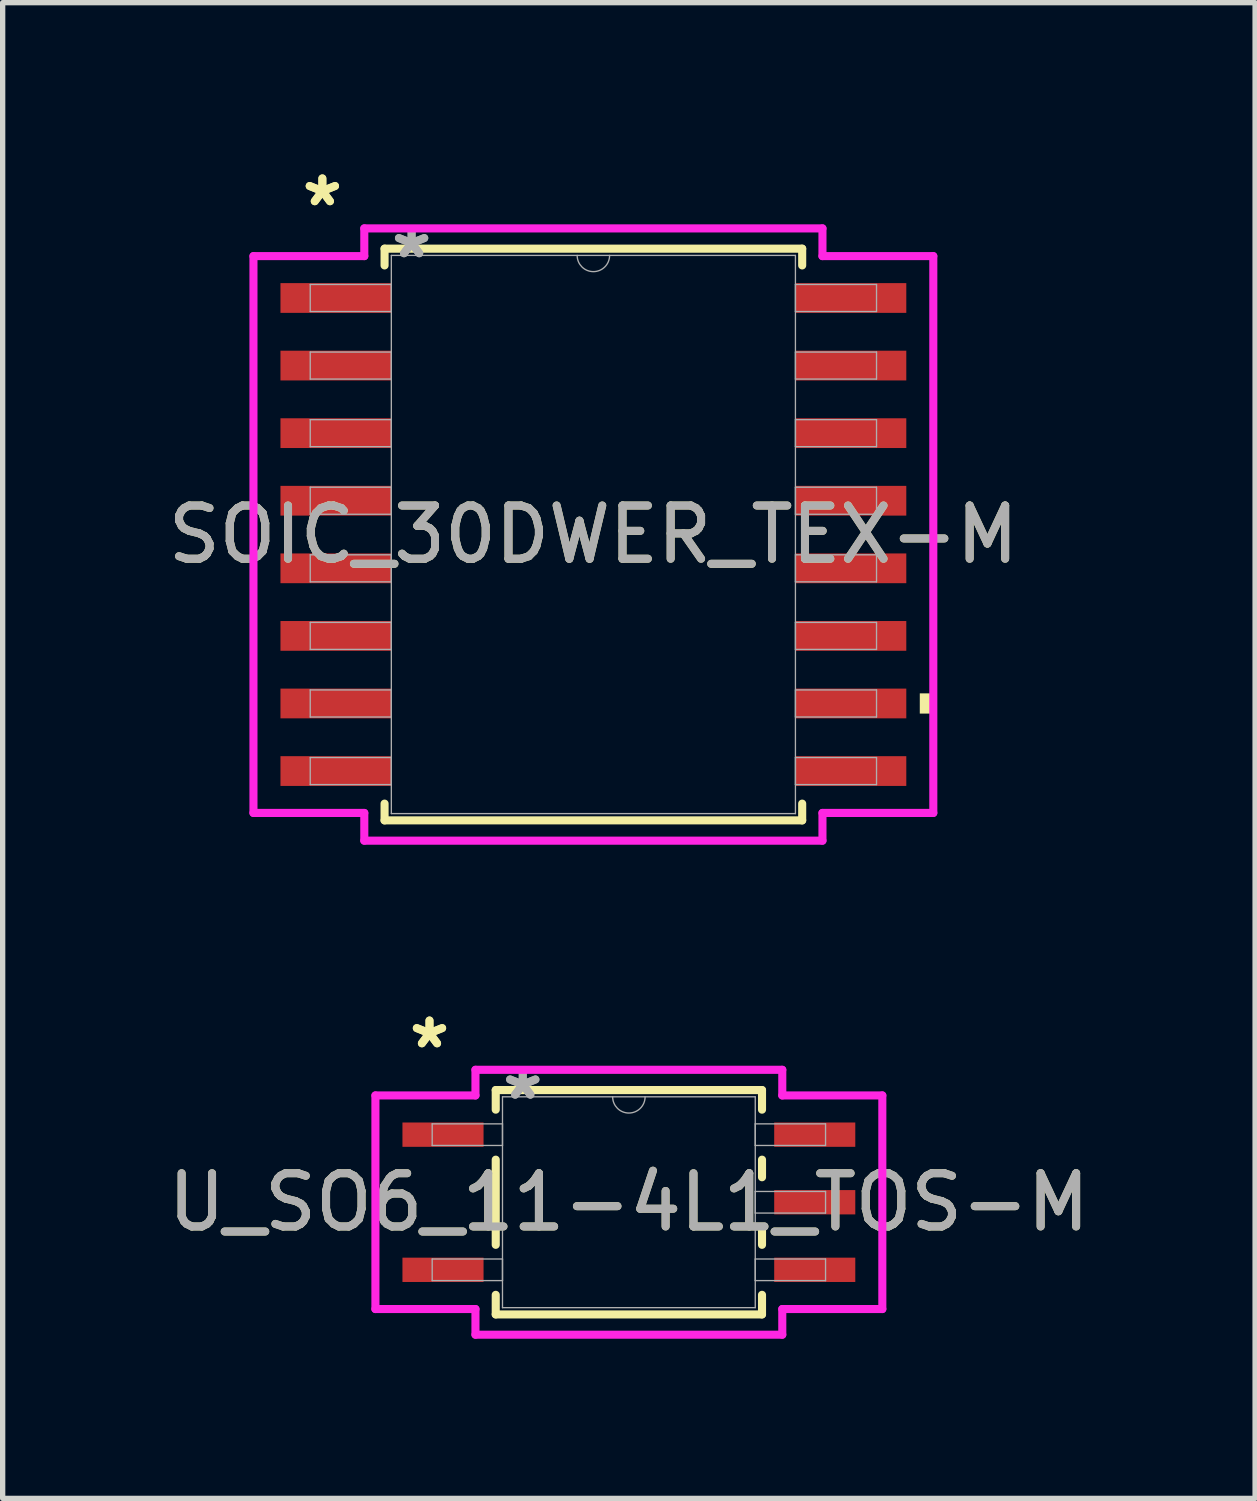
<source format=kicad_pcb>
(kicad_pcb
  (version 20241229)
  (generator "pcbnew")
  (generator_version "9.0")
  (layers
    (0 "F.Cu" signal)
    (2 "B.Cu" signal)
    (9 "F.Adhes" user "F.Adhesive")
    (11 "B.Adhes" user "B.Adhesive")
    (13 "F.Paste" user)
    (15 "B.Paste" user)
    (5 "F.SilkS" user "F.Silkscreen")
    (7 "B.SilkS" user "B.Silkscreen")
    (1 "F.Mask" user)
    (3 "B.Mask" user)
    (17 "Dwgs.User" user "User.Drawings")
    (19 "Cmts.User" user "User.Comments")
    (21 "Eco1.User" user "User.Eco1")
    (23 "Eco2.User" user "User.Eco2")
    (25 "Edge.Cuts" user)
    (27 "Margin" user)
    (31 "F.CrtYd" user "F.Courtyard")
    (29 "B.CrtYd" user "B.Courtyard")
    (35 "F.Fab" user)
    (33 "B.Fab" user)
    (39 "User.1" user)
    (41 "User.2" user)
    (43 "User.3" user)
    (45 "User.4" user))
  (footprint "U_SO6_11-4L1_TOS-M"
    (layer "F.Cu")
    (at 8.768 19.543)
    (property "Reference" "U_SO6_11-4L1_TOS-M" (at 0 0 0) (unlocked yes) (layer "F.SilkS") (effects (font (size 1 1) (thickness 0.15))))
    (attr smd)
    (fp_line (start -2.502 -2.108) (end -2.502 -1.74) (stroke (width 0.152) (type solid)) (layer "F.SilkS"))
    (fp_line (start -2.502 -0.8) (end -2.502 0.8) (stroke (width 0.152) (type solid)) (layer "F.SilkS"))
    (fp_line (start -2.502 1.74) (end -2.502 2.108) (stroke (width 0.152) (type solid)) (layer "F.SilkS"))
    (fp_line (start -2.502 2.108) (end 2.502 2.108) (stroke (width 0.152) (type solid)) (layer "F.SilkS"))
    (fp_line (start 2.502 -2.108) (end -2.502 -2.108) (stroke (width 0.152) (type solid)) (layer "F.SilkS"))
    (fp_line (start 2.502 -1.74) (end 2.502 -2.108) (stroke (width 0.152) (type solid)) (layer "F.SilkS"))
    (fp_line (start 2.502 -0.47) (end 2.502 -0.8) (stroke (width 0.152) (type solid)) (layer "F.SilkS"))
    (fp_line (start 2.502 0.8) (end 2.502 0.47) (stroke (width 0.152) (type solid)) (layer "F.SilkS"))
    (fp_line (start 2.502 2.108) (end 2.502 1.74) (stroke (width 0.152) (type solid)) (layer "F.SilkS"))
    (fp_line (start -4.763 -2.007) (end -2.883 -2.007) (stroke (width 0.152) (type solid)) (layer "F.CrtYd"))
    (fp_line (start -4.763 2.007) (end -4.763 -2.007) (stroke (width 0.152) (type solid)) (layer "F.CrtYd"))
    (fp_line (start -4.763 2.007) (end -2.883 2.007) (stroke (width 0.152) (type solid)) (layer "F.CrtYd"))
    (fp_line (start -2.883 -2.489) (end 2.883 -2.489) (stroke (width 0.152) (type solid)) (layer "F.CrtYd"))
    (fp_line (start -2.883 -2.007) (end -2.883 -2.489) (stroke (width 0.152) (type solid)) (layer "F.CrtYd"))
    (fp_line (start -2.883 2.489) (end -2.883 2.007) (stroke (width 0.152) (type solid)) (layer "F.CrtYd"))
    (fp_line (start 2.883 -2.489) (end 2.883 -2.007) (stroke (width 0.152) (type solid)) (layer "F.CrtYd"))
    (fp_line (start 2.883 2.007) (end 2.883 2.489) (stroke (width 0.152) (type solid)) (layer "F.CrtYd"))
    (fp_line (start 2.883 2.489) (end -2.883 2.489) (stroke (width 0.152) (type solid)) (layer "F.CrtYd"))
    (fp_line (start 4.763 -2.007) (end 2.883 -2.007) (stroke (width 0.152) (type solid)) (layer "F.CrtYd"))
    (fp_line (start 4.763 -2.007) (end 4.763 2.007) (stroke (width 0.152) (type solid)) (layer "F.CrtYd"))
    (fp_line (start 4.763 2.007) (end 2.883 2.007) (stroke (width 0.152) (type solid)) (layer "F.CrtYd"))
    (fp_line (start -3.696 -1.473) (end -3.696 -1.067) (stroke (width 0.025) (type solid)) (layer "F.Fab"))
    (fp_line (start -3.696 -1.067) (end -2.375 -1.067) (stroke (width 0.025) (type solid)) (layer "F.Fab"))
    (fp_line (start -3.696 1.067) (end -3.696 1.473) (stroke (width 0.025) (type solid)) (layer "F.Fab"))
    (fp_line (start -3.696 1.473) (end -2.375 1.473) (stroke (width 0.025) (type solid)) (layer "F.Fab"))
    (fp_line (start -2.375 -1.981) (end -2.375 1.981) (stroke (width 0.025) (type solid)) (layer "F.Fab"))
    (fp_line (start -2.375 -1.473) (end -3.696 -1.473) (stroke (width 0.025) (type solid)) (layer "F.Fab"))
    (fp_line (start -2.375 -1.067) (end -2.375 -1.473) (stroke (width 0.025) (type solid)) (layer "F.Fab"))
    (fp_line (start -2.375 1.067) (end -3.696 1.067) (stroke (width 0.025) (type solid)) (layer "F.Fab"))
    (fp_line (start -2.375 1.473) (end -2.375 1.067) (stroke (width 0.025) (type solid)) (layer "F.Fab"))
    (fp_line (start -2.375 1.981) (end 2.375 1.981) (stroke (width 0.025) (type solid)) (layer "F.Fab"))
    (fp_line (start 2.375 -1.981) (end -2.375 -1.981) (stroke (width 0.025) (type solid)) (layer "F.Fab"))
    (fp_line (start 2.375 -1.473) (end 2.375 -1.067) (stroke (width 0.025) (type solid)) (layer "F.Fab"))
    (fp_line (start 2.375 -1.067) (end 3.696 -1.067) (stroke (width 0.025) (type solid)) (layer "F.Fab"))
    (fp_line (start 2.375 -0.203) (end 2.375 0.203) (stroke (width 0.025) (type solid)) (layer "F.Fab"))
    (fp_line (start 2.375 0.203) (end 3.696 0.203) (stroke (width 0.025) (type solid)) (layer "F.Fab"))
    (fp_line (start 2.375 1.067) (end 2.375 1.473) (stroke (width 0.025) (type solid)) (layer "F.Fab"))
    (fp_line (start 2.375 1.473) (end 3.696 1.473) (stroke (width 0.025) (type solid)) (layer "F.Fab"))
    (fp_line (start 2.375 1.981) (end 2.375 -1.981) (stroke (width 0.025) (type solid)) (layer "F.Fab"))
    (fp_line (start 3.696 -1.473) (end 2.375 -1.473) (stroke (width 0.025) (type solid)) (layer "F.Fab"))
    (fp_line (start 3.696 -1.067) (end 3.696 -1.473) (stroke (width 0.025) (type solid)) (layer "F.Fab"))
    (fp_line (start 3.696 -0.203) (end 2.375 -0.203) (stroke (width 0.025) (type solid)) (layer "F.Fab"))
    (fp_line (start 3.696 0.203) (end 3.696 -0.203) (stroke (width 0.025) (type solid)) (layer "F.Fab"))
    (fp_line (start 3.696 1.067) (end 2.375 1.067) (stroke (width 0.025) (type solid)) (layer "F.Fab"))
    (fp_line (start 3.696 1.473) (end 3.696 1.067) (stroke (width 0.025) (type solid)) (layer "F.Fab"))
    (fp_arc (start 0.3048 -1.9812) (mid 0 -1.6764) (end -0.3048 -1.9812) (stroke (width 0.0254) (type solid)) (layer "F.Fab"))
    (fp_text user "*" (at -3.747 -2.87 0) (unlocked yes) (layer "F.SilkS") (effects (font (size 1 1) (thickness 0.15))))
    (fp_text user "*" (at -3.747 -2.87 0) (layer "F.SilkS") (effects (font (size 1 1) (thickness 0.15))))
    (fp_text user "${REFERENCE}" (at 0 0 0) (unlocked yes) (layer "F.Fab") (effects (font (size 1 1) (thickness 0.15))))
    (fp_text user "*" (at -1.994 -1.905 0) (unlocked yes) (layer "F.Fab") (effects (font (size 1 1) (thickness 0.15))))
    (fp_text user "*" (at -1.994 -1.905 0) (layer "F.Fab") (effects (font (size 1 1) (thickness 0.15))))
    (pad "1" smd rect (at -3.493 -1.27) (size 1.524 0.457) (layers "F.Cu" "F.Mask" "F.Paste"))
    (pad "3" smd rect (at -3.493 1.27) (size 1.524 0.457) (layers "F.Cu" "F.Mask" "F.Paste"))
    (pad "4" smd rect (at 3.493 1.27) (size 1.524 0.457) (layers "F.Cu" "F.Mask" "F.Paste"))
    (pad "5" smd rect (at 3.493 0) (size 1.524 0.457) (layers "F.Cu" "F.Mask" "F.Paste"))
    (pad "6" smd rect (at 3.493 -1.27) (size 1.524 0.457) (layers "F.Cu" "F.Mask" "F.Paste")))
  (footprint "SOIC_30DWER_TEX-M"
    (layer "F.Cu")
    (at 8.101 6.995)
    (property "Reference" "SOIC_30DWER_TEX-M" (at 0 0 0) (unlocked yes) (layer "F.SilkS") (effects (font (size 1 1) (thickness 0.15))))
    (attr smd)
    (fp_line (start -3.924 -5.372) (end -3.924 -5.057) (stroke (width 0.152) (type solid)) (layer "F.SilkS"))
    (fp_line (start -3.924 5.057) (end -3.924 5.372) (stroke (width 0.152) (type solid)) (layer "F.SilkS"))
    (fp_line (start -3.924 5.372) (end 3.924 5.372) (stroke (width 0.152) (type solid)) (layer "F.SilkS"))
    (fp_line (start 3.924 -5.372) (end -3.924 -5.372) (stroke (width 0.152) (type solid)) (layer "F.SilkS"))
    (fp_line (start 3.924 -5.057) (end 3.924 -5.372) (stroke (width 0.152) (type solid)) (layer "F.SilkS"))
    (fp_line (start 3.924 5.372) (end 3.924 5.057) (stroke (width 0.152) (type solid)) (layer "F.SilkS"))
    (fp_poly (pts (xy 6.388 2.985) (xy 6.388 3.365) (xy 6.134 3.365) (xy 6.134 2.985)) (stroke (width 0) (type solid)) (fill yes) (layer "F.SilkS"))
    (fp_line (start -6.388 -5.232) (end -4.305 -5.232) (stroke (width 0.152) (type solid)) (layer "F.CrtYd"))
    (fp_line (start -6.388 5.232) (end -6.388 -5.232) (stroke (width 0.152) (type solid)) (layer "F.CrtYd"))
    (fp_line (start -6.388 5.232) (end -4.305 5.232) (stroke (width 0.152) (type solid)) (layer "F.CrtYd"))
    (fp_line (start -4.305 -5.753) (end 4.305 -5.753) (stroke (width 0.152) (type solid)) (layer "F.CrtYd"))
    (fp_line (start -4.305 -5.232) (end -4.305 -5.753) (stroke (width 0.152) (type solid)) (layer "F.CrtYd"))
    (fp_line (start -4.305 5.753) (end -4.305 5.232) (stroke (width 0.152) (type solid)) (layer "F.CrtYd"))
    (fp_line (start 4.305 -5.753) (end 4.305 -5.232) (stroke (width 0.152) (type solid)) (layer "F.CrtYd"))
    (fp_line (start 4.305 5.232) (end 4.305 5.753) (stroke (width 0.152) (type solid)) (layer "F.CrtYd"))
    (fp_line (start 4.305 5.753) (end -4.305 5.753) (stroke (width 0.152) (type solid)) (layer "F.CrtYd"))
    (fp_line (start 6.388 -5.232) (end 4.305 -5.232) (stroke (width 0.152) (type solid)) (layer "F.CrtYd"))
    (fp_line (start 6.388 -5.232) (end 6.388 5.232) (stroke (width 0.152) (type solid)) (layer "F.CrtYd"))
    (fp_line (start 6.388 5.232) (end 4.305 5.232) (stroke (width 0.152) (type solid)) (layer "F.CrtYd"))
    (fp_line (start -5.321 -4.699) (end -5.321 -4.191) (stroke (width 0.025) (type solid)) (layer "F.Fab"))
    (fp_line (start -5.321 -4.191) (end -3.797 -4.191) (stroke (width 0.025) (type solid)) (layer "F.Fab"))
    (fp_line (start -5.321 -3.429) (end -5.321 -2.921) (stroke (width 0.025) (type solid)) (layer "F.Fab"))
    (fp_line (start -5.321 -2.921) (end -3.797 -2.921) (stroke (width 0.025) (type solid)) (layer "F.Fab"))
    (fp_line (start -5.321 -2.159) (end -5.321 -1.651) (stroke (width 0.025) (type solid)) (layer "F.Fab"))
    (fp_line (start -5.321 -1.651) (end -3.797 -1.651) (stroke (width 0.025) (type solid)) (layer "F.Fab"))
    (fp_line (start -5.321 -0.889) (end -5.321 -0.381) (stroke (width 0.025) (type solid)) (layer "F.Fab"))
    (fp_line (start -5.321 -0.381) (end -3.797 -0.381) (stroke (width 0.025) (type solid)) (layer "F.Fab"))
    (fp_line (start -5.321 0.381) (end -5.321 0.889) (stroke (width 0.025) (type solid)) (layer "F.Fab"))
    (fp_line (start -5.321 0.889) (end -3.797 0.889) (stroke (width 0.025) (type solid)) (layer "F.Fab"))
    (fp_line (start -5.321 1.651) (end -5.321 2.159) (stroke (width 0.025) (type solid)) (layer "F.Fab"))
    (fp_line (start -5.321 2.159) (end -3.797 2.159) (stroke (width 0.025) (type solid)) (layer "F.Fab"))
    (fp_line (start -5.321 2.921) (end -5.321 3.429) (stroke (width 0.025) (type solid)) (layer "F.Fab"))
    (fp_line (start -5.321 3.429) (end -3.797 3.429) (stroke (width 0.025) (type solid)) (layer "F.Fab"))
    (fp_line (start -5.321 4.191) (end -5.321 4.699) (stroke (width 0.025) (type solid)) (layer "F.Fab"))
    (fp_line (start -5.321 4.699) (end -3.797 4.699) (stroke (width 0.025) (type solid)) (layer "F.Fab"))
    (fp_line (start -3.797 -5.245) (end -3.797 5.245) (stroke (width 0.025) (type solid)) (layer "F.Fab"))
    (fp_line (start -3.797 -4.699) (end -5.321 -4.699) (stroke (width 0.025) (type solid)) (layer "F.Fab"))
    (fp_line (start -3.797 -4.191) (end -3.797 -4.699) (stroke (width 0.025) (type solid)) (layer "F.Fab"))
    (fp_line (start -3.797 -3.429) (end -5.321 -3.429) (stroke (width 0.025) (type solid)) (layer "F.Fab"))
    (fp_line (start -3.797 -2.921) (end -3.797 -3.429) (stroke (width 0.025) (type solid)) (layer "F.Fab"))
    (fp_line (start -3.797 -2.159) (end -5.321 -2.159) (stroke (width 0.025) (type solid)) (layer "F.Fab"))
    (fp_line (start -3.797 -1.651) (end -3.797 -2.159) (stroke (width 0.025) (type solid)) (layer "F.Fab"))
    (fp_line (start -3.797 -0.889) (end -5.321 -0.889) (stroke (width 0.025) (type solid)) (layer "F.Fab"))
    (fp_line (start -3.797 -0.381) (end -3.797 -0.889) (stroke (width 0.025) (type solid)) (layer "F.Fab"))
    (fp_line (start -3.797 0.381) (end -5.321 0.381) (stroke (width 0.025) (type solid)) (layer "F.Fab"))
    (fp_line (start -3.797 0.889) (end -3.797 0.381) (stroke (width 0.025) (type solid)) (layer "F.Fab"))
    (fp_line (start -3.797 1.651) (end -5.321 1.651) (stroke (width 0.025) (type solid)) (layer "F.Fab"))
    (fp_line (start -3.797 2.159) (end -3.797 1.651) (stroke (width 0.025) (type solid)) (layer "F.Fab"))
    (fp_line (start -3.797 2.921) (end -5.321 2.921) (stroke (width 0.025) (type solid)) (layer "F.Fab"))
    (fp_line (start -3.797 3.429) (end -3.797 2.921) (stroke (width 0.025) (type solid)) (layer "F.Fab"))
    (fp_line (start -3.797 4.191) (end -5.321 4.191) (stroke (width 0.025) (type solid)) (layer "F.Fab"))
    (fp_line (start -3.797 4.699) (end -3.797 4.191) (stroke (width 0.025) (type solid)) (layer "F.Fab"))
    (fp_line (start -3.797 5.245) (end 3.797 5.245) (stroke (width 0.025) (type solid)) (layer "F.Fab"))
    (fp_line (start 3.797 -5.245) (end -3.797 -5.245) (stroke (width 0.025) (type solid)) (layer "F.Fab"))
    (fp_line (start 3.797 -4.699) (end 3.797 -4.191) (stroke (width 0.025) (type solid)) (layer "F.Fab"))
    (fp_line (start 3.797 -4.191) (end 5.321 -4.191) (stroke (width 0.025) (type solid)) (layer "F.Fab"))
    (fp_line (start 3.797 -3.429) (end 3.797 -2.921) (stroke (width 0.025) (type solid)) (layer "F.Fab"))
    (fp_line (start 3.797 -2.921) (end 5.321 -2.921) (stroke (width 0.025) (type solid)) (layer "F.Fab"))
    (fp_line (start 3.797 -2.159) (end 3.797 -1.651) (stroke (width 0.025) (type solid)) (layer "F.Fab"))
    (fp_line (start 3.797 -1.651) (end 5.321 -1.651) (stroke (width 0.025) (type solid)) (layer "F.Fab"))
    (fp_line (start 3.797 -0.889) (end 3.797 -0.381) (stroke (width 0.025) (type solid)) (layer "F.Fab"))
    (fp_line (start 3.797 -0.381) (end 5.321 -0.381) (stroke (width 0.025) (type solid)) (layer "F.Fab"))
    (fp_line (start 3.797 0.381) (end 3.797 0.889) (stroke (width 0.025) (type solid)) (layer "F.Fab"))
    (fp_line (start 3.797 0.889) (end 5.321 0.889) (stroke (width 0.025) (type solid)) (layer "F.Fab"))
    (fp_line (start 3.797 1.651) (end 3.797 2.159) (stroke (width 0.025) (type solid)) (layer "F.Fab"))
    (fp_line (start 3.797 2.159) (end 5.321 2.159) (stroke (width 0.025) (type solid)) (layer "F.Fab"))
    (fp_line (start 3.797 2.921) (end 3.797 3.429) (stroke (width 0.025) (type solid)) (layer "F.Fab"))
    (fp_line (start 3.797 3.429) (end 5.321 3.429) (stroke (width 0.025) (type solid)) (layer "F.Fab"))
    (fp_line (start 3.797 4.191) (end 3.797 4.699) (stroke (width 0.025) (type solid)) (layer "F.Fab"))
    (fp_line (start 3.797 4.699) (end 5.321 4.699) (stroke (width 0.025) (type solid)) (layer "F.Fab"))
    (fp_line (start 3.797 5.245) (end 3.797 -5.245) (stroke (width 0.025) (type solid)) (layer "F.Fab"))
    (fp_line (start 5.321 -4.699) (end 3.797 -4.699) (stroke (width 0.025) (type solid)) (layer "F.Fab"))
    (fp_line (start 5.321 -4.191) (end 5.321 -4.699) (stroke (width 0.025) (type solid)) (layer "F.Fab"))
    (fp_line (start 5.321 -3.429) (end 3.797 -3.429) (stroke (width 0.025) (type solid)) (layer "F.Fab"))
    (fp_line (start 5.321 -2.921) (end 5.321 -3.429) (stroke (width 0.025) (type solid)) (layer "F.Fab"))
    (fp_line (start 5.321 -2.159) (end 3.797 -2.159) (stroke (width 0.025) (type solid)) (layer "F.Fab"))
    (fp_line (start 5.321 -1.651) (end 5.321 -2.159) (stroke (width 0.025) (type solid)) (layer "F.Fab"))
    (fp_line (start 5.321 -0.889) (end 3.797 -0.889) (stroke (width 0.025) (type solid)) (layer "F.Fab"))
    (fp_line (start 5.321 -0.381) (end 5.321 -0.889) (stroke (width 0.025) (type solid)) (layer "F.Fab"))
    (fp_line (start 5.321 0.381) (end 3.797 0.381) (stroke (width 0.025) (type solid)) (layer "F.Fab"))
    (fp_line (start 5.321 0.889) (end 5.321 0.381) (stroke (width 0.025) (type solid)) (layer "F.Fab"))
    (fp_line (start 5.321 1.651) (end 3.797 1.651) (stroke (width 0.025) (type solid)) (layer "F.Fab"))
    (fp_line (start 5.321 2.159) (end 5.321 1.651) (stroke (width 0.025) (type solid)) (layer "F.Fab"))
    (fp_line (start 5.321 2.921) (end 3.797 2.921) (stroke (width 0.025) (type solid)) (layer "F.Fab"))
    (fp_line (start 5.321 3.429) (end 5.321 2.921) (stroke (width 0.025) (type solid)) (layer "F.Fab"))
    (fp_line (start 5.321 4.191) (end 3.797 4.191) (stroke (width 0.025) (type solid)) (layer "F.Fab"))
    (fp_line (start 5.321 4.699) (end 5.321 4.191) (stroke (width 0.025) (type solid)) (layer "F.Fab"))
    (fp_arc (start 0.3048 -5.2451) (mid 0 -4.9403) (end -0.3048 -5.2451) (stroke (width 0.0254) (type solid)) (layer "F.Fab"))
    (fp_text user "*" (at -5.093 -6.147 0) (unlocked yes) (layer "F.SilkS") (effects (font (size 1 1) (thickness 0.15))))
    (fp_text user "*" (at -5.093 -6.147 0) (layer "F.SilkS") (effects (font (size 1 1) (thickness 0.15))))
    (fp_text user "*" (at -3.416 -5.169 0) (layer "F.Fab") (effects (font (size 1 1) (thickness 0.15))))
    (fp_text user "*" (at -3.416 -5.169 0) (unlocked yes) (layer "F.Fab") (effects (font (size 1 1) (thickness 0.15))))
    (fp_text user "${REFERENCE}" (at 0 0 0) (unlocked yes) (layer "F.Fab") (effects (font (size 1 1) (thickness 0.15))))
    (pad "1" smd rect (at -4.839 -4.445) (size 2.083 0.559) (layers "F.Cu" "F.Mask" "F.Paste"))
    (pad "2" smd rect (at -4.839 -3.175) (size 2.083 0.559) (layers "F.Cu" "F.Mask" "F.Paste"))
    (pad "3" smd rect (at -4.839 -1.905) (size 2.083 0.559) (layers "F.Cu" "F.Mask" "F.Paste"))
    (pad "4" smd rect (at -4.839 -0.635) (size 2.083 0.559) (layers "F.Cu" "F.Mask" "F.Paste"))
    (pad "5" smd rect (at -4.839 0.635) (size 2.083 0.559) (layers "F.Cu" "F.Mask" "F.Paste"))
    (pad "6" smd rect (at -4.839 1.905) (size 2.083 0.559) (layers "F.Cu" "F.Mask" "F.Paste"))
    (pad "7" smd rect (at -4.839 3.175) (size 2.083 0.559) (layers "F.Cu" "F.Mask" "F.Paste"))
    (pad "8" smd rect (at -4.839 4.445) (size 2.083 0.559) (layers "F.Cu" "F.Mask" "F.Paste"))
    (pad "9" smd rect (at 4.839 4.445) (size 2.083 0.559) (layers "F.Cu" "F.Mask" "F.Paste"))
    (pad "10" smd rect (at 4.839 3.175) (size 2.083 0.559) (layers "F.Cu" "F.Mask" "F.Paste"))
    (pad "11" smd rect (at 4.839 1.905) (size 2.083 0.559) (layers "F.Cu" "F.Mask" "F.Paste"))
    (pad "12" smd rect (at 4.839 0.635) (size 2.083 0.559) (layers "F.Cu" "F.Mask" "F.Paste"))
    (pad "13" smd rect (at 4.839 -0.635) (size 2.083 0.559) (layers "F.Cu" "F.Mask" "F.Paste"))
    (pad "14" smd rect (at 4.839 -1.905) (size 2.083 0.559) (layers "F.Cu" "F.Mask" "F.Paste"))
    (pad "15" smd rect (at 4.839 -3.175) (size 2.083 0.559) (layers "F.Cu" "F.Mask" "F.Paste"))
    (pad "16" smd rect (at 4.839 -4.445) (size 2.083 0.559) (layers "F.Cu" "F.Mask" "F.Paste")))
  (gr_rect
    (start -3 -3)
    (end 20.536 25.108)
    (stroke (width 0.1) (type default))
    (fill no)
    (layer "Edge.Cuts")))
</source>
